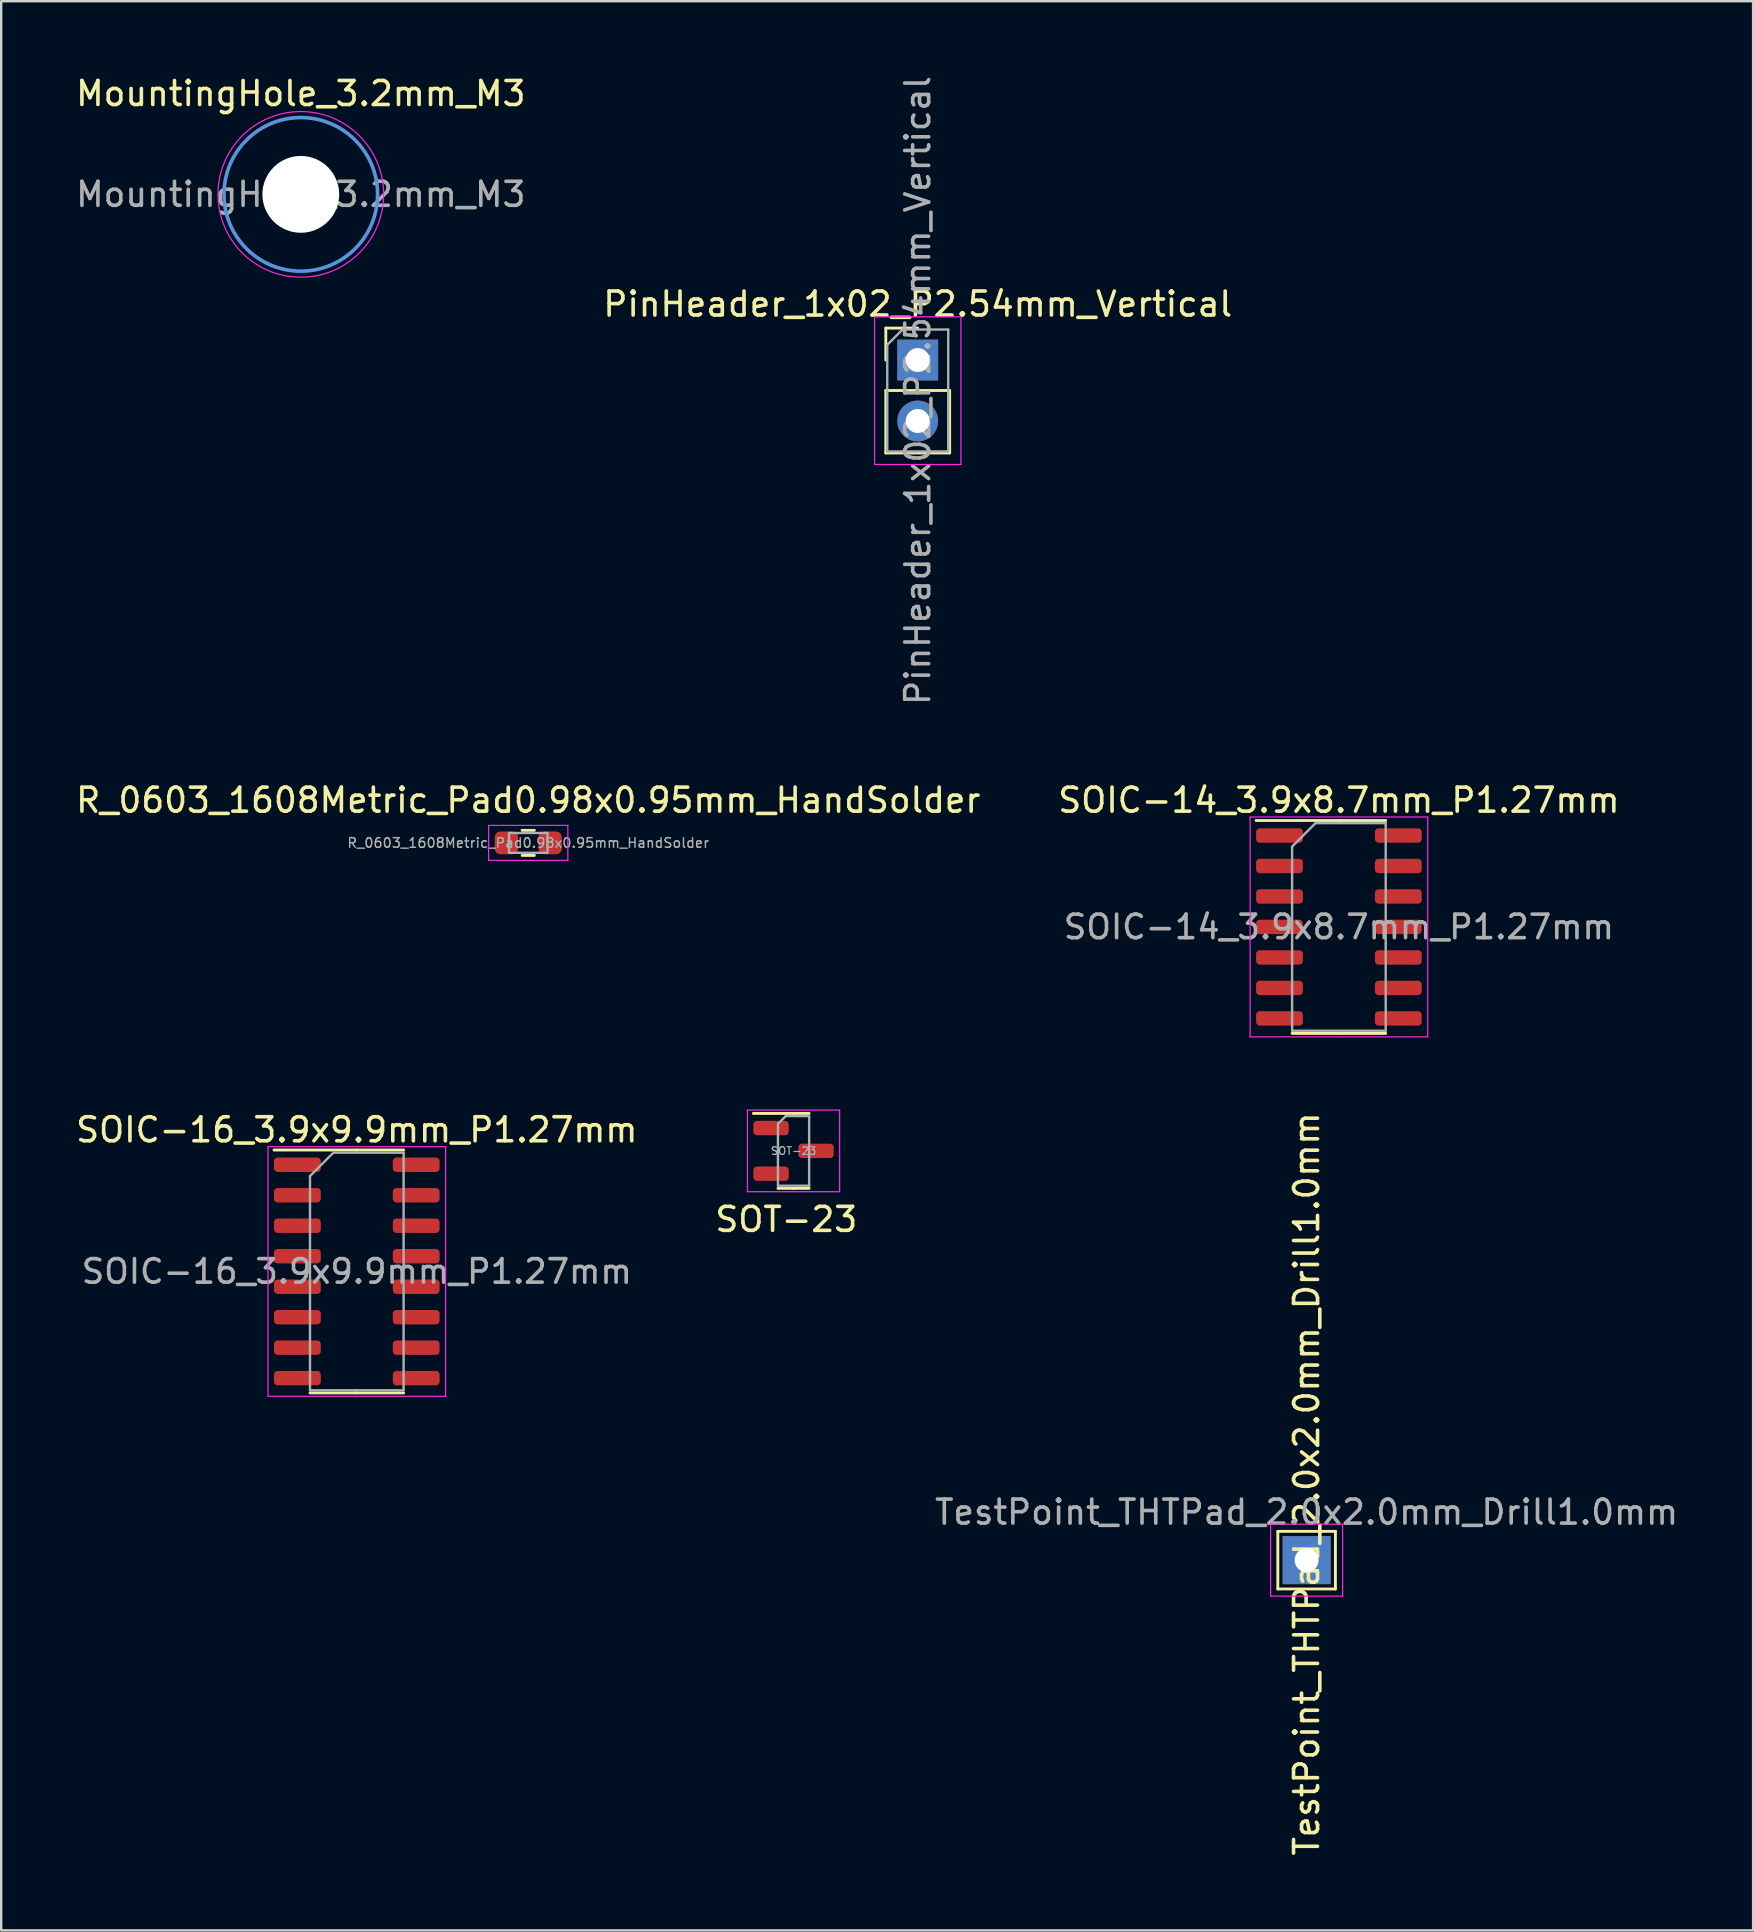
<source format=kicad_pcb>
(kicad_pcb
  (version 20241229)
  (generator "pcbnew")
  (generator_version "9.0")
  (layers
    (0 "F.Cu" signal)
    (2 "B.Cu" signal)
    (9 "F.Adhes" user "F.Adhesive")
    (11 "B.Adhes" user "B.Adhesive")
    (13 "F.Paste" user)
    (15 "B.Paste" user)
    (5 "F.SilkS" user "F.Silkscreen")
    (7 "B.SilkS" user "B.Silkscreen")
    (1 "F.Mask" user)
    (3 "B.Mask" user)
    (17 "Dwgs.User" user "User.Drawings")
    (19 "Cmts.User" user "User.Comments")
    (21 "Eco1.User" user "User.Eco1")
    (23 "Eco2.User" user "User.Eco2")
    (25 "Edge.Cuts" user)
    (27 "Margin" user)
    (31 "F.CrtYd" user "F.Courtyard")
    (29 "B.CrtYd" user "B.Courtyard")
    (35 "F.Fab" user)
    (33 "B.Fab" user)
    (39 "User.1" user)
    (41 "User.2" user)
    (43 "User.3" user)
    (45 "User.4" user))
  (footprint "TestPoint_THTPad_2.0x2.0mm_Drill1.0mm"
    (layer "F.Cu")
    (at 51.387 61.95)
    (property "Reference" "TestPoint_THTPad_2.0x2.0mm_Drill1.0mm" (at 0 -3.175 90) (layer "F.SilkS") (effects (font (size 1 1) (thickness 0.15))))
    (attr exclude_from_pos_files)
    (fp_line (start -1.2 -1.2) (end 1.2 -1.2) (stroke (width 0.12) (type solid)) (layer "F.SilkS"))
    (fp_line (start -1.2 1.2) (end -1.2 -1.2) (stroke (width 0.12) (type solid)) (layer "F.SilkS"))
    (fp_line (start 1.2 -1.2) (end 1.2 1.2) (stroke (width 0.12) (type solid)) (layer "F.SilkS"))
    (fp_line (start 1.2 1.2) (end -1.2 1.2) (stroke (width 0.12) (type solid)) (layer "F.SilkS"))
    (fp_line (start -1.5 -1.5) (end -1.5 1.5) (stroke (width 0.05) (type solid)) (layer "F.CrtYd"))
    (fp_line (start -1.5 -1.5) (end 1.5 -1.5) (stroke (width 0.05) (type solid)) (layer "F.CrtYd"))
    (fp_line (start 1.5 1.5) (end -1.5 1.5) (stroke (width 0.05) (type solid)) (layer "F.CrtYd"))
    (fp_line (start 1.5 1.5) (end 1.5 -1.5) (stroke (width 0.05) (type solid)) (layer "F.CrtYd"))
    (fp_text user "${REFERENCE}" (at 0 -2 0) (layer "F.Fab") (effects (font (size 1 1) (thickness 0.15))))
    (pad "1" thru_hole rect (at 0 0) (size 2 2) (drill 1) (layers "*.Cu" "*.Mask")))
  (footprint "MountingHole_3.2mm_M3"
    (layer "F.Cu")
    (at 9.482 5.048)
    (property "Reference" "MountingHole_3.2mm_M3" (at 0 -4.2 0) (layer "F.SilkS") (effects (font (size 1 1) (thickness 0.15))))
    (attr exclude_from_pos_files exclude_from_bom)
    (fp_circle (center 0 0) (end 3.2 0) (stroke (width 0.15) (type solid)) (fill no) (layer "Cmts.User"))
    (fp_circle (center 0 0) (end 3.45 0) (stroke (width 0.05) (type solid)) (fill no) (layer "F.CrtYd"))
    (fp_text user "${REFERENCE}" (at 0 0 0) (layer "F.Fab") (effects (font (size 1 1) (thickness 0.15))))
    (pad "" np_thru_hole circle (at 0 0) (size 3.2 3.2) (drill 3.2) (layers "*.Cu" "*.Mask")))
  (footprint "SOIC-14_3.9x8.7mm_P1.27mm"
    (layer "F.Cu")
    (at 52.732 35.569)
    (property "Reference" "SOIC-14_3.9x8.7mm_P1.27mm" (at 0 -5.28 180) (layer "F.SilkS") (effects (font (size 1 1) (thickness 0.15))))
    (attr smd)
    (fp_line (start 0 -4.435) (end -3.45 -4.435) (stroke (width 0.12) (type solid)) (layer "F.SilkS"))
    (fp_line (start 0 -4.435) (end 1.95 -4.435) (stroke (width 0.12) (type solid)) (layer "F.SilkS"))
    (fp_line (start 0 4.435) (end -1.95 4.435) (stroke (width 0.12) (type solid)) (layer "F.SilkS"))
    (fp_line (start 0 4.435) (end 1.95 4.435) (stroke (width 0.12) (type solid)) (layer "F.SilkS"))
    (fp_line (start -3.7 -4.58) (end -3.7 4.58) (stroke (width 0.05) (type solid)) (layer "F.CrtYd"))
    (fp_line (start -3.7 4.58) (end 3.7 4.58) (stroke (width 0.05) (type solid)) (layer "F.CrtYd"))
    (fp_line (start 3.7 -4.58) (end -3.7 -4.58) (stroke (width 0.05) (type solid)) (layer "F.CrtYd"))
    (fp_line (start 3.7 4.58) (end 3.7 -4.58) (stroke (width 0.05) (type solid)) (layer "F.CrtYd"))
    (fp_line (start -1.95 -3.35) (end -0.975 -4.325) (stroke (width 0.1) (type solid)) (layer "F.Fab"))
    (fp_line (start -1.95 4.325) (end -1.95 -3.35) (stroke (width 0.1) (type solid)) (layer "F.Fab"))
    (fp_line (start -0.975 -4.325) (end 1.95 -4.325) (stroke (width 0.1) (type solid)) (layer "F.Fab"))
    (fp_line (start 1.95 -4.325) (end 1.95 4.325) (stroke (width 0.1) (type solid)) (layer "F.Fab"))
    (fp_line (start 1.95 4.325) (end -1.95 4.325) (stroke (width 0.1) (type solid)) (layer "F.Fab"))
    (fp_text user "${REFERENCE}" (at 0 0 180) (layer "F.Fab") (effects (font (size 0.98 0.98) (thickness 0.15))))
    (pad "1" smd roundrect (at -2.475 -3.81) (size 1.95 0.6) (layers "F.Cu" "F.Mask" "F.Paste") (roundrect_rratio 0.25))
    (pad "2" smd roundrect (at -2.475 -2.54) (size 1.95 0.6) (layers "F.Cu" "F.Mask" "F.Paste") (roundrect_rratio 0.25))
    (pad "3" smd roundrect (at -2.475 -1.27) (size 1.95 0.6) (layers "F.Cu" "F.Mask" "F.Paste") (roundrect_rratio 0.25))
    (pad "4" smd roundrect (at -2.475 0) (size 1.95 0.6) (layers "F.Cu" "F.Mask" "F.Paste") (roundrect_rratio 0.25))
    (pad "5" smd roundrect (at -2.475 1.27) (size 1.95 0.6) (layers "F.Cu" "F.Mask" "F.Paste") (roundrect_rratio 0.25))
    (pad "6" smd roundrect (at -2.475 2.54) (size 1.95 0.6) (layers "F.Cu" "F.Mask" "F.Paste") (roundrect_rratio 0.25))
    (pad "7" smd roundrect (at -2.475 3.81) (size 1.95 0.6) (layers "F.Cu" "F.Mask" "F.Paste") (roundrect_rratio 0.25))
    (pad "8" smd roundrect (at 2.475 3.81) (size 1.95 0.6) (layers "F.Cu" "F.Mask" "F.Paste") (roundrect_rratio 0.25))
    (pad "9" smd roundrect (at 2.475 2.54) (size 1.95 0.6) (layers "F.Cu" "F.Mask" "F.Paste") (roundrect_rratio 0.25))
    (pad "10" smd roundrect (at 2.475 1.27) (size 1.95 0.6) (layers "F.Cu" "F.Mask" "F.Paste") (roundrect_rratio 0.25))
    (pad "11" smd roundrect (at 2.475 0) (size 1.95 0.6) (layers "F.Cu" "F.Mask" "F.Paste") (roundrect_rratio 0.25))
    (pad "12" smd roundrect (at 2.475 -1.27) (size 1.95 0.6) (layers "F.Cu" "F.Mask" "F.Paste") (roundrect_rratio 0.25))
    (pad "13" smd roundrect (at 2.475 -2.54) (size 1.95 0.6) (layers "F.Cu" "F.Mask" "F.Paste") (roundrect_rratio 0.25))
    (pad "14" smd roundrect (at 2.475 -3.81) (size 1.95 0.6) (layers "F.Cu" "F.Mask" "F.Paste") (roundrect_rratio 0.25)))
  (footprint "SOIC-16_3.9x9.9mm_P1.27mm"
    (layer "F.Cu")
    (at 11.815 49.922)
    (property "Reference" "SOIC-16_3.9x9.9mm_P1.27mm" (at 0 -5.9 180) (layer "F.SilkS") (effects (font (size 1 1) (thickness 0.15))))
    (attr smd)
    (fp_line (start 0 -5.06) (end -3.45 -5.06) (stroke (width 0.12) (type solid)) (layer "F.SilkS"))
    (fp_line (start 0 -5.06) (end 1.95 -5.06) (stroke (width 0.12) (type solid)) (layer "F.SilkS"))
    (fp_line (start 0 5.06) (end -1.95 5.06) (stroke (width 0.12) (type solid)) (layer "F.SilkS"))
    (fp_line (start 0 5.06) (end 1.95 5.06) (stroke (width 0.12) (type solid)) (layer "F.SilkS"))
    (fp_line (start -3.7 -5.2) (end -3.7 5.2) (stroke (width 0.05) (type solid)) (layer "F.CrtYd"))
    (fp_line (start -3.7 5.2) (end 3.7 5.2) (stroke (width 0.05) (type solid)) (layer "F.CrtYd"))
    (fp_line (start 3.7 -5.2) (end -3.7 -5.2) (stroke (width 0.05) (type solid)) (layer "F.CrtYd"))
    (fp_line (start 3.7 5.2) (end 3.7 -5.2) (stroke (width 0.05) (type solid)) (layer "F.CrtYd"))
    (fp_line (start -1.95 -3.975) (end -0.975 -4.95) (stroke (width 0.1) (type solid)) (layer "F.Fab"))
    (fp_line (start -1.95 4.95) (end -1.95 -3.975) (stroke (width 0.1) (type solid)) (layer "F.Fab"))
    (fp_line (start -0.975 -4.95) (end 1.95 -4.95) (stroke (width 0.1) (type solid)) (layer "F.Fab"))
    (fp_line (start 1.95 -4.95) (end 1.95 4.95) (stroke (width 0.1) (type solid)) (layer "F.Fab"))
    (fp_line (start 1.95 4.95) (end -1.95 4.95) (stroke (width 0.1) (type solid)) (layer "F.Fab"))
    (fp_text user "${REFERENCE}" (at 0 0 180) (layer "F.Fab") (effects (font (size 0.98 0.98) (thickness 0.15))))
    (pad "1" smd roundrect (at -2.475 -4.445) (size 1.95 0.6) (layers "F.Cu" "F.Mask" "F.Paste") (roundrect_rratio 0.25))
    (pad "2" smd roundrect (at -2.475 -3.175) (size 1.95 0.6) (layers "F.Cu" "F.Mask" "F.Paste") (roundrect_rratio 0.25))
    (pad "3" smd roundrect (at -2.475 -1.905) (size 1.95 0.6) (layers "F.Cu" "F.Mask" "F.Paste") (roundrect_rratio 0.25))
    (pad "4" smd roundrect (at -2.475 -0.635) (size 1.95 0.6) (layers "F.Cu" "F.Mask" "F.Paste") (roundrect_rratio 0.25))
    (pad "5" smd roundrect (at -2.475 0.635) (size 1.95 0.6) (layers "F.Cu" "F.Mask" "F.Paste") (roundrect_rratio 0.25))
    (pad "6" smd roundrect (at -2.475 1.905) (size 1.95 0.6) (layers "F.Cu" "F.Mask" "F.Paste") (roundrect_rratio 0.25))
    (pad "7" smd roundrect (at -2.475 3.175) (size 1.95 0.6) (layers "F.Cu" "F.Mask" "F.Paste") (roundrect_rratio 0.25))
    (pad "8" smd roundrect (at -2.475 4.445) (size 1.95 0.6) (layers "F.Cu" "F.Mask" "F.Paste") (roundrect_rratio 0.25))
    (pad "9" smd roundrect (at 2.475 4.445) (size 1.95 0.6) (layers "F.Cu" "F.Mask" "F.Paste") (roundrect_rratio 0.25))
    (pad "10" smd roundrect (at 2.475 3.175) (size 1.95 0.6) (layers "F.Cu" "F.Mask" "F.Paste") (roundrect_rratio 0.25))
    (pad "11" smd roundrect (at 2.475 1.905) (size 1.95 0.6) (layers "F.Cu" "F.Mask" "F.Paste") (roundrect_rratio 0.25))
    (pad "12" smd roundrect (at 2.475 0.635) (size 1.95 0.6) (layers "F.Cu" "F.Mask" "F.Paste") (roundrect_rratio 0.25))
    (pad "13" smd roundrect (at 2.475 -0.635) (size 1.95 0.6) (layers "F.Cu" "F.Mask" "F.Paste") (roundrect_rratio 0.25))
    (pad "14" smd roundrect (at 2.475 -1.905) (size 1.95 0.6) (layers "F.Cu" "F.Mask" "F.Paste") (roundrect_rratio 0.25))
    (pad "15" smd roundrect (at 2.475 -3.175) (size 1.95 0.6) (layers "F.Cu" "F.Mask" "F.Paste") (roundrect_rratio 0.25))
    (pad "16" smd roundrect (at 2.475 -4.445) (size 1.95 0.6) (layers "F.Cu" "F.Mask" "F.Paste") (roundrect_rratio 0.25)))
  (footprint "PinHeader_1x02_P2.54mm_Vertical"
    (layer "F.Cu")
    (at 35.185 11.95)
    (property "Reference" "PinHeader_1x02_P2.54mm_Vertical" (at 0 -2.33 0) (layer "F.SilkS") (effects (font (size 1 1) (thickness 0.15))))
    (attr through_hole)
    (fp_line (start -1.33 -1.33) (end 0 -1.33) (stroke (width 0.12) (type solid)) (layer "F.SilkS"))
    (fp_line (start -1.33 0) (end -1.33 -1.33) (stroke (width 0.12) (type solid)) (layer "F.SilkS"))
    (fp_line (start -1.33 1.27) (end -1.33 3.87) (stroke (width 0.12) (type solid)) (layer "F.SilkS"))
    (fp_line (start -1.33 1.27) (end 1.33 1.27) (stroke (width 0.12) (type solid)) (layer "F.SilkS"))
    (fp_line (start -1.33 3.87) (end 1.33 3.87) (stroke (width 0.12) (type solid)) (layer "F.SilkS"))
    (fp_line (start 1.33 1.27) (end 1.33 3.87) (stroke (width 0.12) (type solid)) (layer "F.SilkS"))
    (fp_line (start -1.8 -1.8) (end -1.8 4.35) (stroke (width 0.05) (type solid)) (layer "F.CrtYd"))
    (fp_line (start -1.8 4.35) (end 1.8 4.35) (stroke (width 0.05) (type solid)) (layer "F.CrtYd"))
    (fp_line (start 1.8 -1.8) (end -1.8 -1.8) (stroke (width 0.05) (type solid)) (layer "F.CrtYd"))
    (fp_line (start 1.8 4.35) (end 1.8 -1.8) (stroke (width 0.05) (type solid)) (layer "F.CrtYd"))
    (fp_line (start -1.27 -0.635) (end -0.635 -1.27) (stroke (width 0.1) (type solid)) (layer "F.Fab"))
    (fp_line (start -1.27 3.81) (end -1.27 -0.635) (stroke (width 0.1) (type solid)) (layer "F.Fab"))
    (fp_line (start -0.635 -1.27) (end 1.27 -1.27) (stroke (width 0.1) (type solid)) (layer "F.Fab"))
    (fp_line (start 1.27 -1.27) (end 1.27 3.81) (stroke (width 0.1) (type solid)) (layer "F.Fab"))
    (fp_line (start 1.27 3.81) (end -1.27 3.81) (stroke (width 0.1) (type solid)) (layer "F.Fab"))
    (fp_text user "${REFERENCE}" (at 0 1.27 90) (layer "F.Fab") (effects (font (size 1 1) (thickness 0.15))))
    (pad "1" thru_hole rect (at 0 0) (size 1.7 1.7) (drill 1) (layers "*.Cu" "*.Mask"))
    (pad "2" thru_hole oval (at 0 2.54) (size 1.7 1.7) (drill 1) (layers "*.Cu" "*.Mask")))
  (footprint "R_0603_1608Metric_Pad0.98x0.95mm_HandSolder"
    (layer "F.Cu")
    (at 18.958 32.067)
    (property "Reference" "R_0603_1608Metric_Pad0.98x0.95mm_HandSolder" (at 0 -1.778 180) (layer "F.SilkS") (effects (font (size 1 1) (thickness 0.15))))
    (attr smd)
    (fp_line (start -0.255 -0.522) (end 0.255 -0.522) (stroke (width 0.12) (type solid)) (layer "F.SilkS"))
    (fp_line (start -0.255 0.522) (end 0.255 0.522) (stroke (width 0.12) (type solid)) (layer "F.SilkS"))
    (fp_line (start -1.65 -0.73) (end 1.65 -0.73) (stroke (width 0.05) (type solid)) (layer "F.CrtYd"))
    (fp_line (start -1.65 0.73) (end -1.65 -0.73) (stroke (width 0.05) (type solid)) (layer "F.CrtYd"))
    (fp_line (start 1.65 -0.73) (end 1.65 0.73) (stroke (width 0.05) (type solid)) (layer "F.CrtYd"))
    (fp_line (start 1.65 0.73) (end -1.65 0.73) (stroke (width 0.05) (type solid)) (layer "F.CrtYd"))
    (fp_line (start -0.8 -0.412) (end 0.8 -0.412) (stroke (width 0.1) (type solid)) (layer "F.Fab"))
    (fp_line (start -0.8 0.412) (end -0.8 -0.412) (stroke (width 0.1) (type solid)) (layer "F.Fab"))
    (fp_line (start 0.8 -0.412) (end 0.8 0.412) (stroke (width 0.1) (type solid)) (layer "F.Fab"))
    (fp_line (start 0.8 0.412) (end -0.8 0.412) (stroke (width 0.1) (type solid)) (layer "F.Fab"))
    (fp_text user "${REFERENCE}" (at 0 0 180) (layer "F.Fab") (effects (font (size 0.4 0.4) (thickness 0.06))))
    (pad "1" smd roundrect (at -0.912 0) (size 0.975 0.95) (layers "F.Cu" "F.Mask" "F.Paste") (roundrect_rratio 0.25))
    (pad "2" smd roundrect (at 0.912 0) (size 0.975 0.95) (layers "F.Cu" "F.Mask" "F.Paste") (roundrect_rratio 0.25)))
  (footprint "SOT-23"
    (layer "F.Cu")
    (at 30.011 44.899)
    (property "Reference" "SOT-23" (at -0.302 2.855 180) (layer "F.SilkS") (effects (font (size 1 1) (thickness 0.15))))
    (attr smd)
    (fp_line (start 0 -1.56) (end -1.675 -1.56) (stroke (width 0.12) (type solid)) (layer "F.SilkS"))
    (fp_line (start 0 -1.56) (end 0.65 -1.56) (stroke (width 0.12) (type solid)) (layer "F.SilkS"))
    (fp_line (start 0 1.56) (end -0.65 1.56) (stroke (width 0.12) (type solid)) (layer "F.SilkS"))
    (fp_line (start 0 1.56) (end 0.65 1.56) (stroke (width 0.12) (type solid)) (layer "F.SilkS"))
    (fp_line (start -1.92 -1.7) (end -1.92 1.7) (stroke (width 0.05) (type solid)) (layer "F.CrtYd"))
    (fp_line (start -1.92 1.7) (end 1.92 1.7) (stroke (width 0.05) (type solid)) (layer "F.CrtYd"))
    (fp_line (start 1.92 -1.7) (end -1.92 -1.7) (stroke (width 0.05) (type solid)) (layer "F.CrtYd"))
    (fp_line (start 1.92 1.7) (end 1.92 -1.7) (stroke (width 0.05) (type solid)) (layer "F.CrtYd"))
    (fp_line (start -0.65 -1.125) (end -0.325 -1.45) (stroke (width 0.1) (type solid)) (layer "F.Fab"))
    (fp_line (start -0.65 1.45) (end -0.65 -1.125) (stroke (width 0.1) (type solid)) (layer "F.Fab"))
    (fp_line (start -0.325 -1.45) (end 0.65 -1.45) (stroke (width 0.1) (type solid)) (layer "F.Fab"))
    (fp_line (start 0.65 -1.45) (end 0.65 1.45) (stroke (width 0.1) (type solid)) (layer "F.Fab"))
    (fp_line (start 0.65 1.45) (end -0.65 1.45) (stroke (width 0.1) (type solid)) (layer "F.Fab"))
    (fp_text user "${REFERENCE}" (at 0 0 180) (layer "F.Fab") (effects (font (size 0.32 0.32) (thickness 0.05))))
    (pad "1" smd roundrect (at -0.938 -0.95) (size 1.475 0.6) (layers "F.Cu" "F.Mask" "F.Paste") (roundrect_rratio 0.25))
    (pad "2" smd roundrect (at -0.938 0.95) (size 1.475 0.6) (layers "F.Cu" "F.Mask" "F.Paste") (roundrect_rratio 0.25))
    (pad "3" smd roundrect (at 0.938 0) (size 1.475 0.6) (layers "F.Cu" "F.Mask" "F.Paste") (roundrect_rratio 0.25)))
  (gr_rect
    (start -3 -3)
    (end 69.988 77.376)
    (stroke (width 0.1) (type default))
    (fill no)
    (layer "Edge.Cuts")))
</source>
